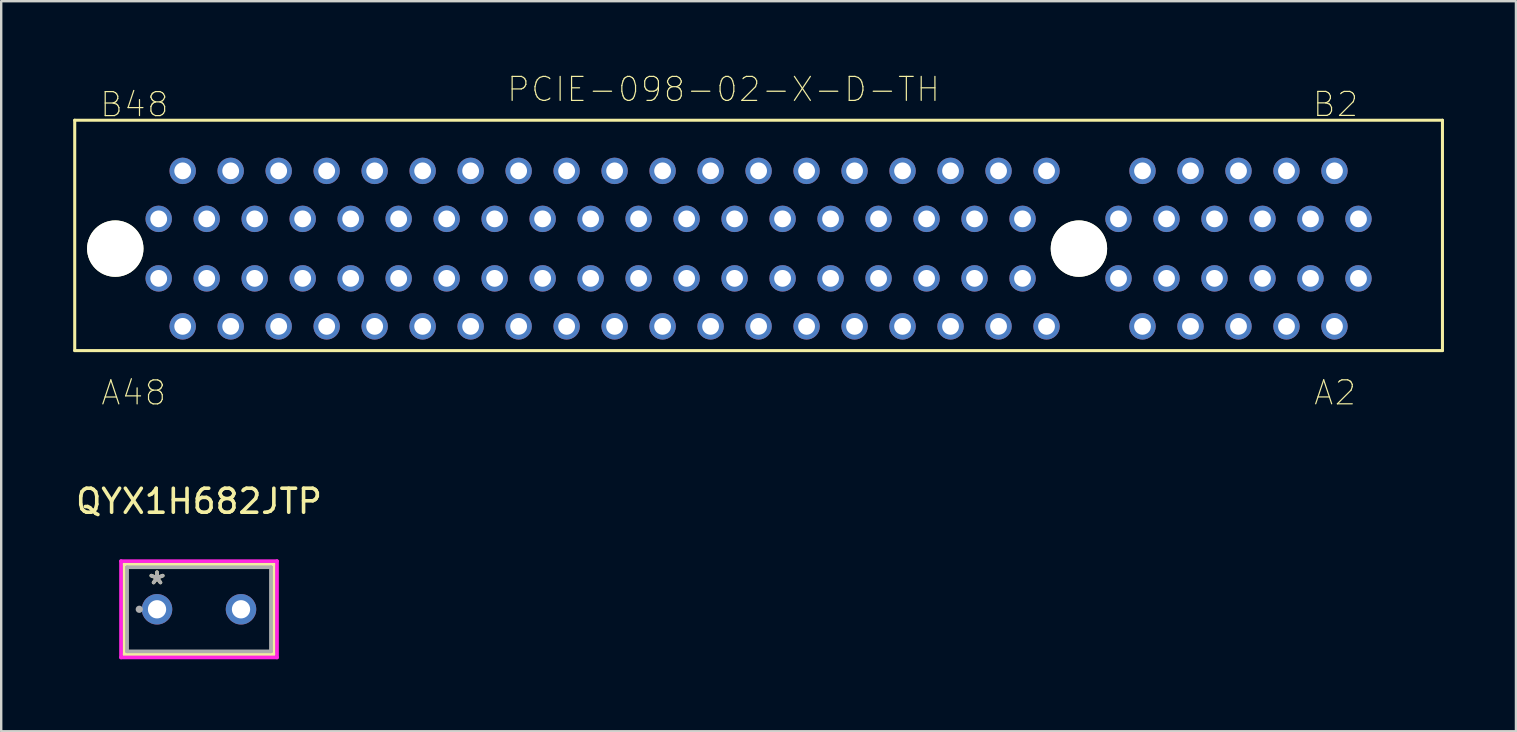
<source format=kicad_pcb>
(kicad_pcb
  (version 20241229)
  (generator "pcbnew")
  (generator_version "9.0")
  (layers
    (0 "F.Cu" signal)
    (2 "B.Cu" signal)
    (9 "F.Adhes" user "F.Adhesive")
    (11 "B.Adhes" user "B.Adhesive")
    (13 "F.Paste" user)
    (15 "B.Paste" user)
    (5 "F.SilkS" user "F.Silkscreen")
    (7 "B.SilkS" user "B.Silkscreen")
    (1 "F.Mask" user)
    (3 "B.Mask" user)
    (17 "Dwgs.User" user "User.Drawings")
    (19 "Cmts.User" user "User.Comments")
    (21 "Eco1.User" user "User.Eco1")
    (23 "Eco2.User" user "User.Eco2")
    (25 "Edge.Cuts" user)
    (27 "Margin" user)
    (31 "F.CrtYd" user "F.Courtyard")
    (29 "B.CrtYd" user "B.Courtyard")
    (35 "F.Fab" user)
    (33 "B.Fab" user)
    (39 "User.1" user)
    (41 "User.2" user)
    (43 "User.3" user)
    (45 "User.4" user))
  (footprint "QYX1H682JTP"
    (layer "F.Cu")
    (at 3.494 22.342)
    (property "Reference" "QYX1H682JTP" (at 1.75 -4.5 0) (layer "F.SilkS") (effects (font (size 1 1) (thickness 0.15))))
    (attr through_hole)
    (fp_line (start -1.374 -1.88) (end -1.374 1.88) (stroke (width 0.152) (type solid)) (layer "F.SilkS"))
    (fp_line (start 4.874 -1.88) (end -1.374 -1.88) (stroke (width 0.152) (type solid)) (layer "F.SilkS"))
    (fp_line (start 4.874 -1.88) (end 4.874 1.88) (stroke (width 0.152) (type solid)) (layer "F.SilkS"))
    (fp_line (start 4.874 1.88) (end -1.374 1.88) (stroke (width 0.152) (type solid)) (layer "F.SilkS"))
    (fp_line (start -1.501 -2.007) (end 5.001 -2.007) (stroke (width 0.152) (type solid)) (layer "F.CrtYd"))
    (fp_line (start -1.501 2.007) (end -1.501 -2.007) (stroke (width 0.152) (type solid)) (layer "F.CrtYd"))
    (fp_line (start 5.001 -2.007) (end 5.001 2.007) (stroke (width 0.152) (type solid)) (layer "F.CrtYd"))
    (fp_line (start 5.001 2.007) (end -1.501 2.007) (stroke (width 0.152) (type solid)) (layer "F.CrtYd"))
    (fp_line (start -1.247 -1.753) (end -1.247 1.753) (stroke (width 0.152) (type solid)) (layer "F.Fab"))
    (fp_line (start 4.747 -1.753) (end -1.247 -1.753) (stroke (width 0.152) (type solid)) (layer "F.Fab"))
    (fp_line (start 4.747 -1.753) (end 4.747 1.753) (stroke (width 0.152) (type solid)) (layer "F.Fab"))
    (fp_line (start 4.747 1.753) (end -1.247 1.753) (stroke (width 0.152) (type solid)) (layer "F.Fab"))
    (fp_circle (center -0.739 0) (end -0.739 0) (stroke (width 0.152) (type solid)) (fill no) (layer "F.Fab"))
    (fp_text user "*" (at 0 -1 0) (layer "F.SilkS") (effects (font (size 1 1) (thickness 0.15))))
    (fp_text user "Copyright 2016 Accelerated Designs. All rights reserved." (at 0 0 0) (layer "Cmts.User") (effects (font (size 0.127 0.127) (thickness 0.002))))
    (fp_text user "*" (at 0 -1 0) (layer "F.Fab") (effects (font (size 1 1) (thickness 0.15))))
    (pad "1" thru_hole circle (at 0 0) (size 1.27 1.27) (drill 0.762) (layers "*.Cu" "*.Mask"))
    (pad "2" thru_hole circle (at 3.5 0) (size 1.27 1.27) (drill 0.762) (layers "*.Cu" "*.Mask")))
  (footprint "PCIE-098-02-X-D-TH"
    (layer "F.Cu")
    (at 28.564 7.311)
    (property "Reference" "PCIE-098-02-X-D-TH" (at -1.461 -6.638 0) (layer "F.SilkS") (effects (font (size 1 1) (thickness 0.05))))
    (attr through_hole)
    (fp_line (start -28.5 -5.35) (end 28.5 -5.35) (stroke (width 0.127) (type solid)) (layer "F.SilkS"))
    (fp_line (start -28.5 4.25) (end -28.5 -5.35) (stroke (width 0.127) (type solid)) (layer "F.SilkS"))
    (fp_line (start 28.5 -5.35) (end 28.5 4.25) (stroke (width 0.127) (type solid)) (layer "F.SilkS"))
    (fp_line (start 28.5 4.25) (end -28.5 4.25) (stroke (width 0.127) (type solid)) (layer "F.SilkS"))
    (fp_line (start -28 -4.85) (end 28 -4.85) (stroke (width 0.127) (type solid)) (layer "Eco2.User"))
    (fp_line (start -28 3.75) (end -28 -4.85) (stroke (width 0.127) (type solid)) (layer "Eco2.User"))
    (fp_line (start 28 -4.85) (end 28 3.75) (stroke (width 0.127) (type solid)) (layer "Eco2.User"))
    (fp_line (start 28 3.75) (end -28 3.75) (stroke (width 0.127) (type solid)) (layer "Eco2.User"))
    (fp_text user "A2" (at 24.026 6.007 0) (layer "F.SilkS") (effects (font (size 1 1) (thickness 0.05))))
    (fp_text user "B48" (at -26.015 -6.004 0) (layer "F.SilkS") (effects (font (size 1 1) (thickness 0.05))))
    (fp_text user "A48" (at -26.043 6.01 0) (layer "F.SilkS") (effects (font (size 1 1) (thickness 0.05))))
    (fp_text user "B2" (at 24.044 -6.011 0) (layer "F.SilkS") (effects (font (size 1 1) (thickness 0.05))))
    (pad "" np_thru_hole circle (at -26.81 0) (size 2.35 2.35) (drill 2.35) (layers "*.Cu" "*.Mask" "F.SilkS"))
    (pad "" np_thru_hole circle (at 13.35 0) (size 2.35 2.35) (drill 2.35) (layers "*.Cu" "*.Mask" "F.SilkS"))
    (pad "A1" thru_hole circle (at 25 1.24) (size 1.1 1.1) (drill 0.7) (layers "*.Cu" "*.Mask"))
    (pad "A2" thru_hole circle (at 24 3.24) (size 1.1 1.1) (drill 0.7) (layers "*.Cu" "*.Mask"))
    (pad "A3" thru_hole circle (at 23 1.24) (size 1.1 1.1) (drill 0.7) (layers "*.Cu" "*.Mask"))
    (pad "A4" thru_hole circle (at 22 3.24) (size 1.1 1.1) (drill 0.7) (layers "*.Cu" "*.Mask"))
    (pad "A5" thru_hole circle (at 21 1.24) (size 1.1 1.1) (drill 0.7) (layers "*.Cu" "*.Mask"))
    (pad "A6" thru_hole circle (at 20 3.24) (size 1.1 1.1) (drill 0.7) (layers "*.Cu" "*.Mask"))
    (pad "A7" thru_hole circle (at 19 1.24) (size 1.1 1.1) (drill 0.7) (layers "*.Cu" "*.Mask"))
    (pad "A8" thru_hole circle (at 18 3.24) (size 1.1 1.1) (drill 0.7) (layers "*.Cu" "*.Mask"))
    (pad "A9" thru_hole circle (at 17 1.24) (size 1.1 1.1) (drill 0.7) (layers "*.Cu" "*.Mask"))
    (pad "A10" thru_hole circle (at 16 3.24) (size 1.1 1.1) (drill 0.7) (layers "*.Cu" "*.Mask"))
    (pad "A11" thru_hole circle (at 15 1.24) (size 1.1 1.1) (drill 0.7) (layers "*.Cu" "*.Mask"))
    (pad "A12" thru_hole circle (at 12 3.24) (size 1.1 1.1) (drill 0.7) (layers "*.Cu" "*.Mask"))
    (pad "A13" thru_hole circle (at 11 1.24) (size 1.1 1.1) (drill 0.7) (layers "*.Cu" "*.Mask"))
    (pad "A14" thru_hole circle (at 10 3.24) (size 1.1 1.1) (drill 0.7) (layers "*.Cu" "*.Mask"))
    (pad "A15" thru_hole circle (at 9 1.24) (size 1.1 1.1) (drill 0.7) (layers "*.Cu" "*.Mask"))
    (pad "A16" thru_hole circle (at 8 3.24) (size 1.1 1.1) (drill 0.7) (layers "*.Cu" "*.Mask"))
    (pad "A17" thru_hole circle (at 7 1.24) (size 1.1 1.1) (drill 0.7) (layers "*.Cu" "*.Mask"))
    (pad "A18" thru_hole circle (at 6 3.24) (size 1.1 1.1) (drill 0.7) (layers "*.Cu" "*.Mask"))
    (pad "A19" thru_hole circle (at 5 1.24) (size 1.1 1.1) (drill 0.7) (layers "*.Cu" "*.Mask"))
    (pad "A20" thru_hole circle (at 4 3.24) (size 1.1 1.1) (drill 0.7) (layers "*.Cu" "*.Mask"))
    (pad "A21" thru_hole circle (at 3 1.24) (size 1.1 1.1) (drill 0.7) (layers "*.Cu" "*.Mask"))
    (pad "A22" thru_hole circle (at 2 3.24) (size 1.1 1.1) (drill 0.7) (layers "*.Cu" "*.Mask"))
    (pad "A23" thru_hole circle (at 1 1.24) (size 1.1 1.1) (drill 0.7) (layers "*.Cu" "*.Mask"))
    (pad "A24" thru_hole circle (at 0 3.24) (size 1.1 1.1) (drill 0.7) (layers "*.Cu" "*.Mask"))
    (pad "A25" thru_hole circle (at -1 1.24) (size 1.1 1.1) (drill 0.7) (layers "*.Cu" "*.Mask"))
    (pad "A26" thru_hole circle (at -2 3.24) (size 1.1 1.1) (drill 0.7) (layers "*.Cu" "*.Mask"))
    (pad "A27" thru_hole circle (at -3 1.24) (size 1.1 1.1) (drill 0.7) (layers "*.Cu" "*.Mask"))
    (pad "A28" thru_hole circle (at -4 3.24) (size 1.1 1.1) (drill 0.7) (layers "*.Cu" "*.Mask"))
    (pad "A29" thru_hole circle (at -5 1.24) (size 1.1 1.1) (drill 0.7) (layers "*.Cu" "*.Mask"))
    (pad "A30" thru_hole circle (at -6 3.24) (size 1.1 1.1) (drill 0.7) (layers "*.Cu" "*.Mask"))
    (pad "A31" thru_hole circle (at -7 1.24) (size 1.1 1.1) (drill 0.7) (layers "*.Cu" "*.Mask"))
    (pad "A32" thru_hole circle (at -8 3.24) (size 1.1 1.1) (drill 0.7) (layers "*.Cu" "*.Mask"))
    (pad "A33" thru_hole circle (at -9 1.24) (size 1.1 1.1) (drill 0.7) (layers "*.Cu" "*.Mask"))
    (pad "A34" thru_hole circle (at -10 3.24) (size 1.1 1.1) (drill 0.7) (layers "*.Cu" "*.Mask"))
    (pad "A35" thru_hole circle (at -11 1.24) (size 1.1 1.1) (drill 0.7) (layers "*.Cu" "*.Mask"))
    (pad "A36" thru_hole circle (at -12 3.24) (size 1.1 1.1) (drill 0.7) (layers "*.Cu" "*.Mask"))
    (pad "A37" thru_hole circle (at -13 1.24) (size 1.1 1.1) (drill 0.7) (layers "*.Cu" "*.Mask"))
    (pad "A38" thru_hole circle (at -14 3.24) (size 1.1 1.1) (drill 0.7) (layers "*.Cu" "*.Mask"))
    (pad "A39" thru_hole circle (at -15 1.24) (size 1.1 1.1) (drill 0.7) (layers "*.Cu" "*.Mask"))
    (pad "A40" thru_hole circle (at -16 3.24) (size 1.1 1.1) (drill 0.7) (layers "*.Cu" "*.Mask"))
    (pad "A41" thru_hole circle (at -17 1.24) (size 1.1 1.1) (drill 0.7) (layers "*.Cu" "*.Mask"))
    (pad "A42" thru_hole circle (at -18 3.24) (size 1.1 1.1) (drill 0.7) (layers "*.Cu" "*.Mask"))
    (pad "A43" thru_hole circle (at -19 1.24) (size 1.1 1.1) (drill 0.7) (layers "*.Cu" "*.Mask"))
    (pad "A44" thru_hole circle (at -20 3.24) (size 1.1 1.1) (drill 0.7) (layers "*.Cu" "*.Mask"))
    (pad "A45" thru_hole circle (at -21 1.24) (size 1.1 1.1) (drill 0.7) (layers "*.Cu" "*.Mask"))
    (pad "A46" thru_hole circle (at -22 3.24) (size 1.1 1.1) (drill 0.7) (layers "*.Cu" "*.Mask"))
    (pad "A47" thru_hole circle (at -23 1.24) (size 1.1 1.1) (drill 0.7) (layers "*.Cu" "*.Mask"))
    (pad "A48" thru_hole circle (at -24 3.24) (size 1.1 1.1) (drill 0.7) (layers "*.Cu" "*.Mask"))
    (pad "A49" thru_hole circle (at -25 1.24) (size 1.1 1.1) (drill 0.7) (layers "*.Cu" "*.Mask"))
    (pad "B1" thru_hole circle (at 25 -1.24) (size 1.1 1.1) (drill 0.7) (layers "*.Cu" "*.Mask"))
    (pad "B2" thru_hole circle (at 24 -3.24) (size 1.1 1.1) (drill 0.7) (layers "*.Cu" "*.Mask"))
    (pad "B3" thru_hole circle (at 23 -1.24) (size 1.1 1.1) (drill 0.7) (layers "*.Cu" "*.Mask"))
    (pad "B4" thru_hole circle (at 22 -3.24) (size 1.1 1.1) (drill 0.7) (layers "*.Cu" "*.Mask"))
    (pad "B5" thru_hole circle (at 21 -1.24) (size 1.1 1.1) (drill 0.7) (layers "*.Cu" "*.Mask"))
    (pad "B6" thru_hole circle (at 20 -3.24) (size 1.1 1.1) (drill 0.7) (layers "*.Cu" "*.Mask"))
    (pad "B7" thru_hole circle (at 19 -1.24) (size 1.1 1.1) (drill 0.7) (layers "*.Cu" "*.Mask"))
    (pad "B8" thru_hole circle (at 18 -3.24) (size 1.1 1.1) (drill 0.7) (layers "*.Cu" "*.Mask"))
    (pad "B9" thru_hole circle (at 17 -1.24) (size 1.1 1.1) (drill 0.7) (layers "*.Cu" "*.Mask"))
    (pad "B10" thru_hole circle (at 16 -3.24) (size 1.1 1.1) (drill 0.7) (layers "*.Cu" "*.Mask"))
    (pad "B11" thru_hole circle (at 15 -1.24) (size 1.1 1.1) (drill 0.7) (layers "*.Cu" "*.Mask"))
    (pad "B12" thru_hole circle (at 12 -3.24) (size 1.1 1.1) (drill 0.7) (layers "*.Cu" "*.Mask"))
    (pad "B13" thru_hole circle (at 11 -1.24) (size 1.1 1.1) (drill 0.7) (layers "*.Cu" "*.Mask"))
    (pad "B14" thru_hole circle (at 10 -3.24) (size 1.1 1.1) (drill 0.7) (layers "*.Cu" "*.Mask"))
    (pad "B15" thru_hole circle (at 9 -1.24) (size 1.1 1.1) (drill 0.7) (layers "*.Cu" "*.Mask"))
    (pad "B16" thru_hole circle (at 8 -3.24) (size 1.1 1.1) (drill 0.7) (layers "*.Cu" "*.Mask"))
    (pad "B17" thru_hole circle (at 7 -1.24) (size 1.1 1.1) (drill 0.7) (layers "*.Cu" "*.Mask"))
    (pad "B18" thru_hole circle (at 6 -3.24) (size 1.1 1.1) (drill 0.7) (layers "*.Cu" "*.Mask"))
    (pad "B19" thru_hole circle (at 5 -1.24) (size 1.1 1.1) (drill 0.7) (layers "*.Cu" "*.Mask"))
    (pad "B20" thru_hole circle (at 4 -3.24) (size 1.1 1.1) (drill 0.7) (layers "*.Cu" "*.Mask"))
    (pad "B21" thru_hole circle (at 3 -1.24) (size 1.1 1.1) (drill 0.7) (layers "*.Cu" "*.Mask"))
    (pad "B22" thru_hole circle (at 2 -3.24) (size 1.1 1.1) (drill 0.7) (layers "*.Cu" "*.Mask"))
    (pad "B23" thru_hole circle (at 1 -1.24) (size 1.1 1.1) (drill 0.7) (layers "*.Cu" "*.Mask"))
    (pad "B24" thru_hole circle (at 0 -3.24) (size 1.1 1.1) (drill 0.7) (layers "*.Cu" "*.Mask"))
    (pad "B25" thru_hole circle (at -1 -1.24) (size 1.1 1.1) (drill 0.7) (layers "*.Cu" "*.Mask"))
    (pad "B26" thru_hole circle (at -2 -3.24) (size 1.1 1.1) (drill 0.7) (layers "*.Cu" "*.Mask"))
    (pad "B27" thru_hole circle (at -3 -1.24) (size 1.1 1.1) (drill 0.7) (layers "*.Cu" "*.Mask"))
    (pad "B28" thru_hole circle (at -4 -3.24) (size 1.1 1.1) (drill 0.7) (layers "*.Cu" "*.Mask"))
    (pad "B29" thru_hole circle (at -5 -1.24) (size 1.1 1.1) (drill 0.7) (layers "*.Cu" "*.Mask"))
    (pad "B30" thru_hole circle (at -6 -3.24) (size 1.1 1.1) (drill 0.7) (layers "*.Cu" "*.Mask"))
    (pad "B31" thru_hole circle (at -7 -1.24) (size 1.1 1.1) (drill 0.7) (layers "*.Cu" "*.Mask"))
    (pad "B32" thru_hole circle (at -8 -3.24) (size 1.1 1.1) (drill 0.7) (layers "*.Cu" "*.Mask"))
    (pad "B33" thru_hole circle (at -9 -1.24) (size 1.1 1.1) (drill 0.7) (layers "*.Cu" "*.Mask"))
    (pad "B34" thru_hole circle (at -10 -3.24) (size 1.1 1.1) (drill 0.7) (layers "*.Cu" "*.Mask"))
    (pad "B35" thru_hole circle (at -11 -1.24) (size 1.1 1.1) (drill 0.7) (layers "*.Cu" "*.Mask"))
    (pad "B36" thru_hole circle (at -12 -3.24) (size 1.1 1.1) (drill 0.7) (layers "*.Cu" "*.Mask"))
    (pad "B37" thru_hole circle (at -13 -1.24) (size 1.1 1.1) (drill 0.7) (layers "*.Cu" "*.Mask"))
    (pad "B38" thru_hole circle (at -14 -3.24) (size 1.1 1.1) (drill 0.7) (layers "*.Cu" "*.Mask"))
    (pad "B39" thru_hole circle (at -15 -1.24) (size 1.1 1.1) (drill 0.7) (layers "*.Cu" "*.Mask"))
    (pad "B40" thru_hole circle (at -16 -3.24) (size 1.1 1.1) (drill 0.7) (layers "*.Cu" "*.Mask"))
    (pad "B41" thru_hole circle (at -17 -1.24) (size 1.1 1.1) (drill 0.7) (layers "*.Cu" "*.Mask"))
    (pad "B42" thru_hole circle (at -18 -3.24) (size 1.1 1.1) (drill 0.7) (layers "*.Cu" "*.Mask"))
    (pad "B43" thru_hole circle (at -19 -1.24) (size 1.1 1.1) (drill 0.7) (layers "*.Cu" "*.Mask"))
    (pad "B44" thru_hole circle (at -20 -3.24) (size 1.1 1.1) (drill 0.7) (layers "*.Cu" "*.Mask"))
    (pad "B45" thru_hole circle (at -21 -1.24) (size 1.1 1.1) (drill 0.7) (layers "*.Cu" "*.Mask"))
    (pad "B46" thru_hole circle (at -22 -3.24) (size 1.1 1.1) (drill 0.7) (layers "*.Cu" "*.Mask"))
    (pad "B47" thru_hole circle (at -23 -1.24) (size 1.1 1.1) (drill 0.7) (layers "*.Cu" "*.Mask"))
    (pad "B48" thru_hole circle (at -24 -3.24) (size 1.1 1.1) (drill 0.7) (layers "*.Cu" "*.Mask"))
    (pad "B49" thru_hole circle (at -25 -1.24) (size 1.1 1.1) (drill 0.7) (layers "*.Cu" "*.Mask")))
  (gr_rect
    (start -3 -3)
    (end 60.127 27.425)
    (stroke (width 0.1) (type default))
    (fill no)
    (layer "Edge.Cuts")))
</source>
